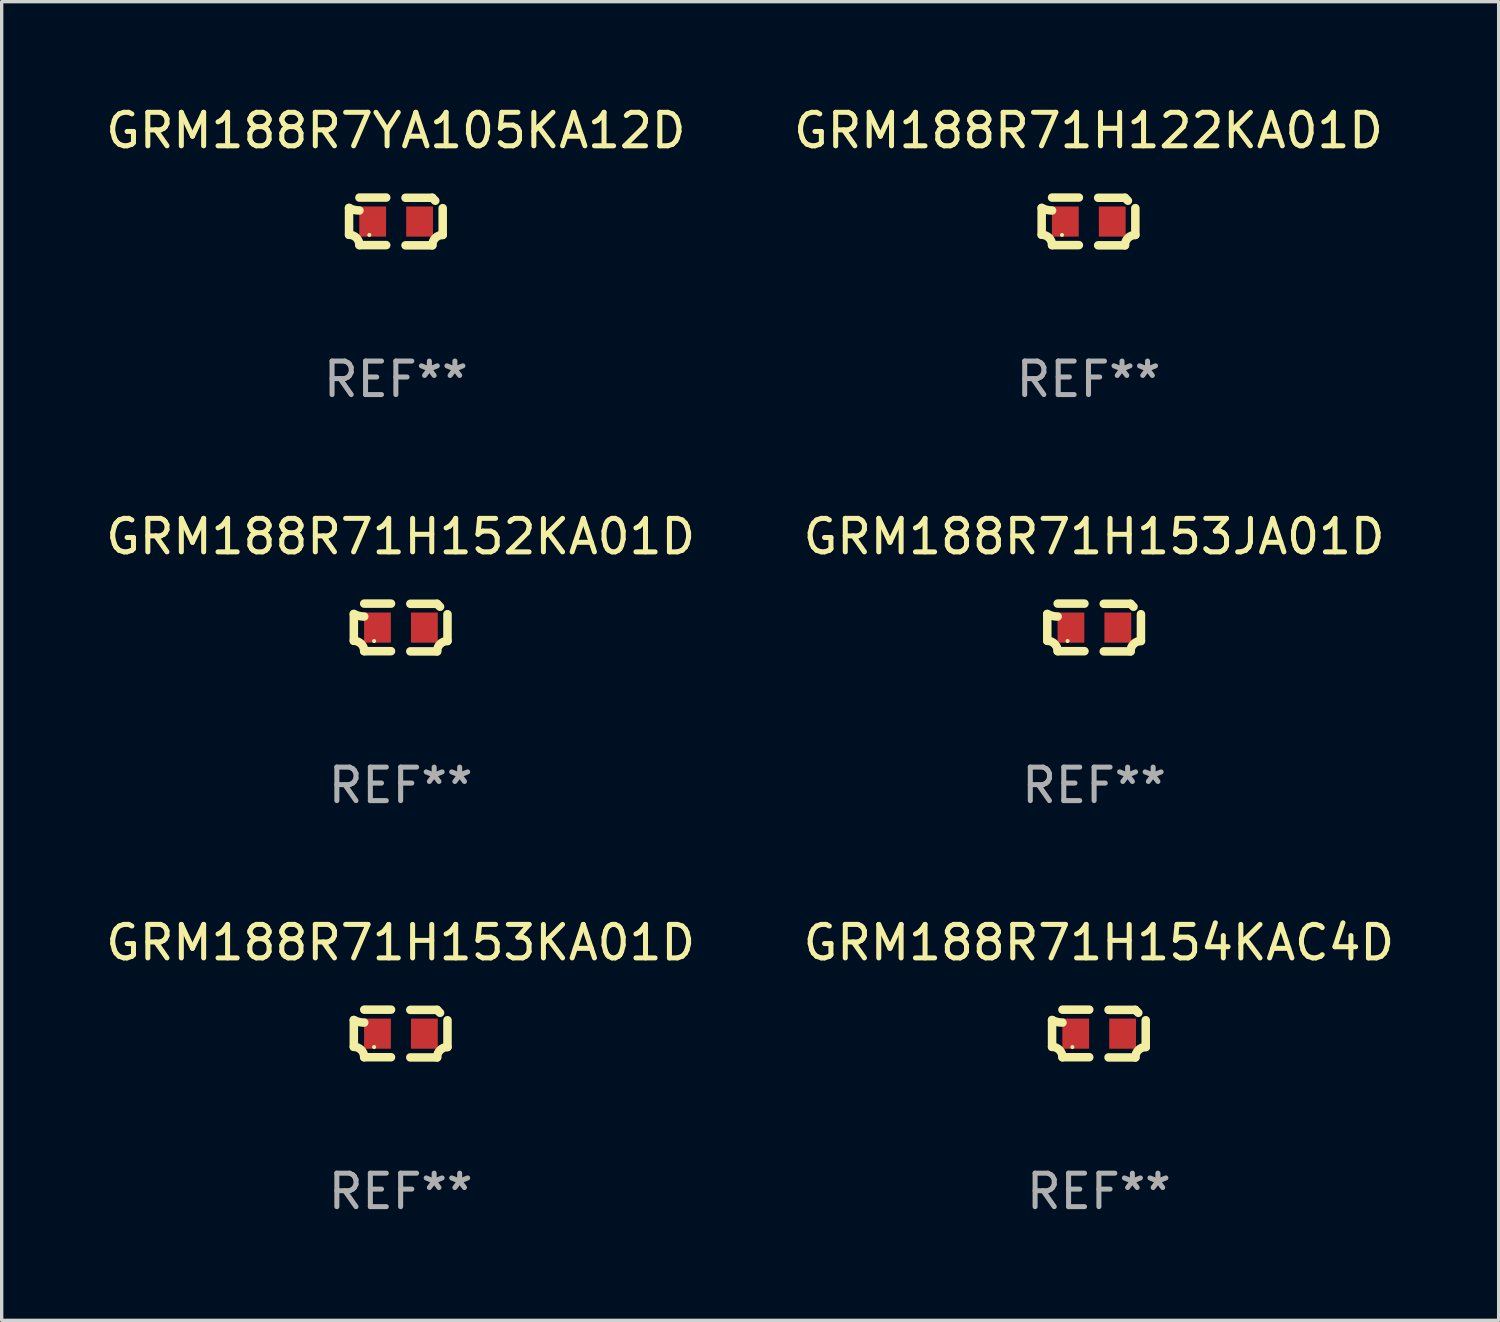
<source format=kicad_pcb>
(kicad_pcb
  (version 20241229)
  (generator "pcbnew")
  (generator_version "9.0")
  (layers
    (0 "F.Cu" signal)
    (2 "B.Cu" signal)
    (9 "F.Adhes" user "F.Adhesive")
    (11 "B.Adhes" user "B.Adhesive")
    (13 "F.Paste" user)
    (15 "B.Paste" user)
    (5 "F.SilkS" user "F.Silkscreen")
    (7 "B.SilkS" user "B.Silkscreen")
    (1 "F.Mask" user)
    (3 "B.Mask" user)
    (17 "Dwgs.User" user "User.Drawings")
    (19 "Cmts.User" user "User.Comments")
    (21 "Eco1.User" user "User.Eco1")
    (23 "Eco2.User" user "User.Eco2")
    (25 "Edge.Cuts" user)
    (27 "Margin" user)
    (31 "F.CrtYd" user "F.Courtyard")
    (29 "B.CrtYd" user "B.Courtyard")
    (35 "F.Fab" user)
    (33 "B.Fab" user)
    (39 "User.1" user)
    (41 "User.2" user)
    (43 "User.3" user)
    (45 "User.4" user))
  (footprint "GRM188R7YA105KA12D"
    (layer "F.Cu")
    (at 8.768 3.561)
    (property "Reference" "GRM188R7YA105KA12D" (at 0 -2.713 0) (layer "F.SilkS") (effects (font (size 1 1) (thickness 0.15))))
    (attr through_hole)
    (fp_line (start -1.398 -0.403) (end -1.398 0.397) (stroke (width 0.254) (type solid)) (layer "F.SilkS"))
    (fp_line (start -0.288 -0.713) (end -1.088 -0.713) (stroke (width 0.254) (type solid)) (layer "F.SilkS"))
    (fp_line (start -0.288 0.707) (end -1.088 0.707) (stroke (width 0.254) (type solid)) (layer "F.SilkS"))
    (fp_line (start 0.288 -0.707) (end 1.088 -0.707) (stroke (width 0.254) (type solid)) (layer "F.SilkS"))
    (fp_line (start 0.288 0.713) (end 1.088 0.713) (stroke (width 0.254) (type solid)) (layer "F.SilkS"))
    (fp_line (start 1.398 -0.397) (end 1.398 0.403) (stroke (width 0.254) (type solid)) (layer "F.SilkS"))
    (fp_arc (start -1.397789 0.397066) (mid -1.178701 0.487826) (end -1.08796 0.706922) (stroke (width 0.254001) (type solid)) (layer "F.SilkS"))
    (fp_arc (start -1.08796 -0.327176) (mid -1.247436 -0.346384) (end -1.39779 -0.402908) (stroke (width 0.254001) (type solid)) (layer "F.SilkS"))
    (fp_arc (start 1.087909 0.712738) (mid 1.178656 0.493655) (end 1.397739 0.402908) (stroke (width 0.254001) (type solid)) (layer "F.SilkS"))
    (fp_arc (start 1.175925 -0.618926) (mid 1.131917 -0.662923) (end 1.08791 -0.706922) (stroke (width 0.254001) (type solid)) (layer "F.SilkS"))
    (fp_circle (center -0.792 0.403) (end -0.762 0.403) (stroke (width 0.06) (type solid)) (fill no) (layer "F.SilkS"))
    (fp_text user "REF**" (at 0 4.713 0) (layer "F.Fab") (effects (font (size 1 1) (thickness 0.15))))
    (pad "1" smd rect (at -0.692 0.003) (size 0.8 0.9) (layers "F.Cu" "F.Mask" "F.Paste"))
    (pad "2" smd rect (at 0.708 0.003) (size 0.8 0.9) (layers "F.Cu" "F.Mask" "F.Paste")))
  (footprint "GRM188R71H153KA01D"
    (layer "F.Cu")
    (at 8.911 27.805)
    (property "Reference" "GRM188R71H153KA01D" (at 0 -2.713 0) (layer "F.SilkS") (effects (font (size 1 1) (thickness 0.15))))
    (attr through_hole)
    (fp_line (start -1.398 -0.403) (end -1.398 0.397) (stroke (width 0.254) (type solid)) (layer "F.SilkS"))
    (fp_line (start -0.288 -0.713) (end -1.088 -0.713) (stroke (width 0.254) (type solid)) (layer "F.SilkS"))
    (fp_line (start -0.288 0.707) (end -1.088 0.707) (stroke (width 0.254) (type solid)) (layer "F.SilkS"))
    (fp_line (start 0.288 -0.707) (end 1.088 -0.707) (stroke (width 0.254) (type solid)) (layer "F.SilkS"))
    (fp_line (start 0.288 0.713) (end 1.088 0.713) (stroke (width 0.254) (type solid)) (layer "F.SilkS"))
    (fp_line (start 1.398 -0.397) (end 1.398 0.403) (stroke (width 0.254) (type solid)) (layer "F.SilkS"))
    (fp_arc (start -1.397789 0.397066) (mid -1.178701 0.487826) (end -1.08796 0.706922) (stroke (width 0.254001) (type solid)) (layer "F.SilkS"))
    (fp_arc (start -1.08796 -0.327176) (mid -1.247436 -0.346384) (end -1.39779 -0.402908) (stroke (width 0.254001) (type solid)) (layer "F.SilkS"))
    (fp_arc (start 1.087909 0.712738) (mid 1.178656 0.493655) (end 1.397739 0.402908) (stroke (width 0.254001) (type solid)) (layer "F.SilkS"))
    (fp_arc (start 1.175925 -0.618926) (mid 1.131917 -0.662923) (end 1.08791 -0.706922) (stroke (width 0.254001) (type solid)) (layer "F.SilkS"))
    (fp_circle (center -0.792 0.403) (end -0.762 0.403) (stroke (width 0.06) (type solid)) (fill no) (layer "F.SilkS"))
    (fp_text user "REF**" (at 0 4.713 0) (layer "F.Fab") (effects (font (size 1 1) (thickness 0.15))))
    (pad "1" smd rect (at -0.692 0.003) (size 0.8 0.9) (layers "F.Cu" "F.Mask" "F.Paste"))
    (pad "2" smd rect (at 0.708 0.003) (size 0.8 0.9) (layers "F.Cu" "F.Mask" "F.Paste")))
  (footprint "GRM188R71H154KAC4D"
    (layer "F.Cu")
    (at 29.756 27.805)
    (property "Reference" "GRM188R71H154KAC4D" (at 0 -2.713 0) (layer "F.SilkS") (effects (font (size 1 1) (thickness 0.15))))
    (attr through_hole)
    (fp_line (start -1.398 -0.403) (end -1.398 0.397) (stroke (width 0.254) (type solid)) (layer "F.SilkS"))
    (fp_line (start -0.288 -0.713) (end -1.088 -0.713) (stroke (width 0.254) (type solid)) (layer "F.SilkS"))
    (fp_line (start -0.288 0.707) (end -1.088 0.707) (stroke (width 0.254) (type solid)) (layer "F.SilkS"))
    (fp_line (start 0.288 -0.707) (end 1.088 -0.707) (stroke (width 0.254) (type solid)) (layer "F.SilkS"))
    (fp_line (start 0.288 0.713) (end 1.088 0.713) (stroke (width 0.254) (type solid)) (layer "F.SilkS"))
    (fp_line (start 1.398 -0.397) (end 1.398 0.403) (stroke (width 0.254) (type solid)) (layer "F.SilkS"))
    (fp_arc (start -1.397789 0.397066) (mid -1.178701 0.487826) (end -1.08796 0.706922) (stroke (width 0.254001) (type solid)) (layer "F.SilkS"))
    (fp_arc (start -1.08796 -0.327176) (mid -1.247436 -0.346384) (end -1.39779 -0.402908) (stroke (width 0.254001) (type solid)) (layer "F.SilkS"))
    (fp_arc (start 1.087909 0.712738) (mid 1.178656 0.493655) (end 1.397739 0.402908) (stroke (width 0.254001) (type solid)) (layer "F.SilkS"))
    (fp_arc (start 1.175925 -0.618926) (mid 1.131917 -0.662923) (end 1.08791 -0.706922) (stroke (width 0.254001) (type solid)) (layer "F.SilkS"))
    (fp_circle (center -0.792 0.403) (end -0.762 0.403) (stroke (width 0.06) (type solid)) (fill no) (layer "F.SilkS"))
    (fp_text user "REF**" (at 0 4.713 0) (layer "F.Fab") (effects (font (size 1 1) (thickness 0.15))))
    (pad "1" smd rect (at -0.692 0.003) (size 0.8 0.9) (layers "F.Cu" "F.Mask" "F.Paste"))
    (pad "2" smd rect (at 0.708 0.003) (size 0.8 0.9) (layers "F.Cu" "F.Mask" "F.Paste")))
  (footprint "GRM188R71H152KA01D"
    (layer "F.Cu")
    (at 8.911 15.683)
    (property "Reference" "GRM188R71H152KA01D" (at 0 -2.713 0) (layer "F.SilkS") (effects (font (size 1 1) (thickness 0.15))))
    (attr through_hole)
    (fp_line (start -1.398 -0.403) (end -1.398 0.397) (stroke (width 0.254) (type solid)) (layer "F.SilkS"))
    (fp_line (start -0.288 -0.713) (end -1.088 -0.713) (stroke (width 0.254) (type solid)) (layer "F.SilkS"))
    (fp_line (start -0.288 0.707) (end -1.088 0.707) (stroke (width 0.254) (type solid)) (layer "F.SilkS"))
    (fp_line (start 0.288 -0.707) (end 1.088 -0.707) (stroke (width 0.254) (type solid)) (layer "F.SilkS"))
    (fp_line (start 0.288 0.713) (end 1.088 0.713) (stroke (width 0.254) (type solid)) (layer "F.SilkS"))
    (fp_line (start 1.398 -0.397) (end 1.398 0.403) (stroke (width 0.254) (type solid)) (layer "F.SilkS"))
    (fp_arc (start -1.397789 0.397066) (mid -1.178701 0.487826) (end -1.08796 0.706922) (stroke (width 0.254001) (type solid)) (layer "F.SilkS"))
    (fp_arc (start -1.08796 -0.327176) (mid -1.247436 -0.346384) (end -1.39779 -0.402908) (stroke (width 0.254001) (type solid)) (layer "F.SilkS"))
    (fp_arc (start 1.087909 0.712738) (mid 1.178656 0.493655) (end 1.397739 0.402908) (stroke (width 0.254001) (type solid)) (layer "F.SilkS"))
    (fp_arc (start 1.175925 -0.618926) (mid 1.131917 -0.662923) (end 1.08791 -0.706922) (stroke (width 0.254001) (type solid)) (layer "F.SilkS"))
    (fp_circle (center -0.792 0.403) (end -0.762 0.403) (stroke (width 0.06) (type solid)) (fill no) (layer "F.SilkS"))
    (fp_text user "REF**" (at 0 4.713 0) (layer "F.Fab") (effects (font (size 1 1) (thickness 0.15))))
    (pad "1" smd rect (at -0.692 0.003) (size 0.8 0.9) (layers "F.Cu" "F.Mask" "F.Paste"))
    (pad "2" smd rect (at 0.708 0.003) (size 0.8 0.9) (layers "F.Cu" "F.Mask" "F.Paste")))
  (footprint "GRM188R71H153JA01D"
    (layer "F.Cu")
    (at 29.613 15.683)
    (property "Reference" "GRM188R71H153JA01D" (at 0 -2.713 0) (layer "F.SilkS") (effects (font (size 1 1) (thickness 0.15))))
    (attr through_hole)
    (fp_line (start -1.398 -0.403) (end -1.398 0.397) (stroke (width 0.254) (type solid)) (layer "F.SilkS"))
    (fp_line (start -0.288 -0.713) (end -1.088 -0.713) (stroke (width 0.254) (type solid)) (layer "F.SilkS"))
    (fp_line (start -0.288 0.707) (end -1.088 0.707) (stroke (width 0.254) (type solid)) (layer "F.SilkS"))
    (fp_line (start 0.288 -0.707) (end 1.088 -0.707) (stroke (width 0.254) (type solid)) (layer "F.SilkS"))
    (fp_line (start 0.288 0.713) (end 1.088 0.713) (stroke (width 0.254) (type solid)) (layer "F.SilkS"))
    (fp_line (start 1.398 -0.397) (end 1.398 0.403) (stroke (width 0.254) (type solid)) (layer "F.SilkS"))
    (fp_arc (start -1.397789 0.397066) (mid -1.178701 0.487826) (end -1.08796 0.706922) (stroke (width 0.254001) (type solid)) (layer "F.SilkS"))
    (fp_arc (start -1.08796 -0.327176) (mid -1.247436 -0.346384) (end -1.39779 -0.402908) (stroke (width 0.254001) (type solid)) (layer "F.SilkS"))
    (fp_arc (start 1.087909 0.712738) (mid 1.178656 0.493655) (end 1.397739 0.402908) (stroke (width 0.254001) (type solid)) (layer "F.SilkS"))
    (fp_arc (start 1.175925 -0.618926) (mid 1.131917 -0.662923) (end 1.08791 -0.706922) (stroke (width 0.254001) (type solid)) (layer "F.SilkS"))
    (fp_circle (center -0.792 0.403) (end -0.762 0.403) (stroke (width 0.06) (type solid)) (fill no) (layer "F.SilkS"))
    (fp_text user "REF**" (at 0 4.713 0) (layer "F.Fab") (effects (font (size 1 1) (thickness 0.15))))
    (pad "1" smd rect (at -0.692 0.003) (size 0.8 0.9) (layers "F.Cu" "F.Mask" "F.Paste"))
    (pad "2" smd rect (at 0.708 0.003) (size 0.8 0.9) (layers "F.Cu" "F.Mask" "F.Paste")))
  (footprint "GRM188R71H122KA01D"
    (layer "F.Cu")
    (at 29.446 3.561)
    (property "Reference" "GRM188R71H122KA01D" (at 0 -2.713 0) (layer "F.SilkS") (effects (font (size 1 1) (thickness 0.15))))
    (attr through_hole)
    (fp_line (start -1.398 -0.403) (end -1.398 0.397) (stroke (width 0.254) (type solid)) (layer "F.SilkS"))
    (fp_line (start -0.288 -0.713) (end -1.088 -0.713) (stroke (width 0.254) (type solid)) (layer "F.SilkS"))
    (fp_line (start -0.288 0.707) (end -1.088 0.707) (stroke (width 0.254) (type solid)) (layer "F.SilkS"))
    (fp_line (start 0.288 -0.707) (end 1.088 -0.707) (stroke (width 0.254) (type solid)) (layer "F.SilkS"))
    (fp_line (start 0.288 0.713) (end 1.088 0.713) (stroke (width 0.254) (type solid)) (layer "F.SilkS"))
    (fp_line (start 1.398 -0.397) (end 1.398 0.403) (stroke (width 0.254) (type solid)) (layer "F.SilkS"))
    (fp_arc (start -1.397789 0.397066) (mid -1.178701 0.487826) (end -1.08796 0.706922) (stroke (width 0.254001) (type solid)) (layer "F.SilkS"))
    (fp_arc (start -1.08796 -0.327176) (mid -1.247436 -0.346384) (end -1.39779 -0.402908) (stroke (width 0.254001) (type solid)) (layer "F.SilkS"))
    (fp_arc (start 1.087909 0.712738) (mid 1.178656 0.493655) (end 1.397739 0.402908) (stroke (width 0.254001) (type solid)) (layer "F.SilkS"))
    (fp_arc (start 1.175925 -0.618926) (mid 1.131917 -0.662923) (end 1.08791 -0.706922) (stroke (width 0.254001) (type solid)) (layer "F.SilkS"))
    (fp_circle (center -0.792 0.403) (end -0.762 0.403) (stroke (width 0.06) (type solid)) (fill no) (layer "F.SilkS"))
    (fp_text user "REF**" (at 0 4.713 0) (layer "F.Fab") (effects (font (size 1 1) (thickness 0.15))))
    (pad "1" smd rect (at -0.692 0.003) (size 0.8 0.9) (layers "F.Cu" "F.Mask" "F.Paste"))
    (pad "2" smd rect (at 0.708 0.003) (size 0.8 0.9) (layers "F.Cu" "F.Mask" "F.Paste")))
  (gr_rect
    (start -3 -3)
    (end 41.69 36.366)
    (stroke (width 0.1) (type default))
    (fill no)
    (layer "Edge.Cuts")))
</source>
